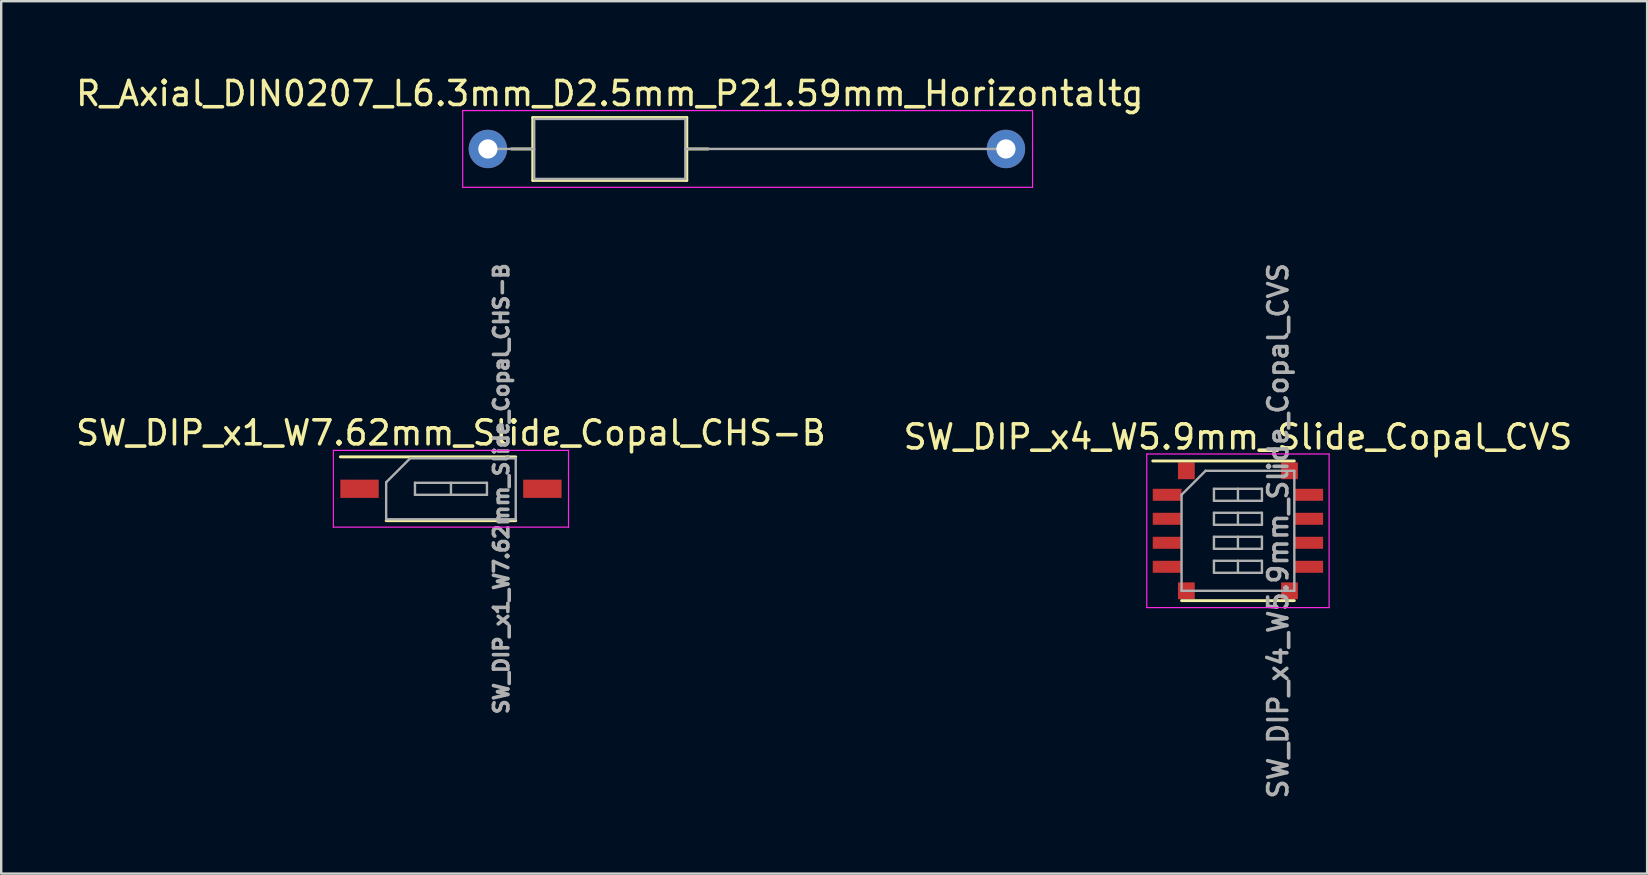
<source format=kicad_pcb>
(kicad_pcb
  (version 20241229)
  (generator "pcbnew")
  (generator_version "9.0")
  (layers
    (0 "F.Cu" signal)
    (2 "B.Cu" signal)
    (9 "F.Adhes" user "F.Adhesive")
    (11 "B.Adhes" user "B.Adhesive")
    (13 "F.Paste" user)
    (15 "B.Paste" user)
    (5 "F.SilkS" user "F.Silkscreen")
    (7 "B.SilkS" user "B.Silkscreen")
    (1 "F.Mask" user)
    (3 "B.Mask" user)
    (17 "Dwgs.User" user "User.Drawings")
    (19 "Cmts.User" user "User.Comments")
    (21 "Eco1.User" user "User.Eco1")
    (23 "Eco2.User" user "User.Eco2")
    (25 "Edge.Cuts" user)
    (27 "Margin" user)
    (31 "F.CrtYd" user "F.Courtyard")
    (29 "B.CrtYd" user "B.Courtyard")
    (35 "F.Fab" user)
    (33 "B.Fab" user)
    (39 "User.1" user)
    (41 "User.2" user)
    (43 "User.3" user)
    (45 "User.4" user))
  (footprint "SW_DIP_x4_W5.9mm_Slide_Copal_CVS"
    (layer "F.Cu")
    (at 48.542 19.071)
    (property "Reference" "SW_DIP_x4_W5.9mm_Slide_Copal_CVS" (at 0 -3.91 0) (layer "F.SilkS") (effects (font (size 1 1) (thickness 0.15))))
    (attr smd)
    (fp_line (start -3.55 -2.91) (end 2.35 -2.91) (stroke (width 0.12) (type solid)) (layer "F.SilkS"))
    (fp_line (start -2.35 2.91) (end 2.35 2.91) (stroke (width 0.12) (type solid)) (layer "F.SilkS"))
    (fp_line (start -3.8 -3.2) (end -3.8 3.2) (stroke (width 0.05) (type solid)) (layer "F.CrtYd"))
    (fp_line (start -3.8 3.2) (end 3.8 3.2) (stroke (width 0.05) (type solid)) (layer "F.CrtYd"))
    (fp_line (start 3.8 -3.2) (end -3.8 -3.2) (stroke (width 0.05) (type solid)) (layer "F.CrtYd"))
    (fp_line (start 3.8 3.2) (end 3.8 -3.2) (stroke (width 0.05) (type solid)) (layer "F.CrtYd"))
    (fp_line (start -2.35 -1.5) (end -1.35 -2.5) (stroke (width 0.1) (type solid)) (layer "F.Fab"))
    (fp_line (start -2.35 2.5) (end -2.35 -1.5) (stroke (width 0.1) (type solid)) (layer "F.Fab"))
    (fp_line (start -1.35 -2.5) (end 2.35 -2.5) (stroke (width 0.1) (type solid)) (layer "F.Fab"))
    (fp_line (start -1 -1.75) (end -1 -1.25) (stroke (width 0.1) (type solid)) (layer "F.Fab"))
    (fp_line (start -1 -1.25) (end 1 -1.25) (stroke (width 0.1) (type solid)) (layer "F.Fab"))
    (fp_line (start -1 -0.75) (end -1 -0.25) (stroke (width 0.1) (type solid)) (layer "F.Fab"))
    (fp_line (start -1 -0.25) (end 1 -0.25) (stroke (width 0.1) (type solid)) (layer "F.Fab"))
    (fp_line (start -1 0.25) (end -1 0.75) (stroke (width 0.1) (type solid)) (layer "F.Fab"))
    (fp_line (start -1 0.75) (end 1 0.75) (stroke (width 0.1) (type solid)) (layer "F.Fab"))
    (fp_line (start -1 1.25) (end -1 1.75) (stroke (width 0.1) (type solid)) (layer "F.Fab"))
    (fp_line (start -1 1.75) (end 1 1.75) (stroke (width 0.1) (type solid)) (layer "F.Fab"))
    (fp_line (start 0 -1.75) (end 0 -1.25) (stroke (width 0.1) (type solid)) (layer "F.Fab"))
    (fp_line (start 0 -0.75) (end 0 -0.25) (stroke (width 0.1) (type solid)) (layer "F.Fab"))
    (fp_line (start 0 0.25) (end 0 0.75) (stroke (width 0.1) (type solid)) (layer "F.Fab"))
    (fp_line (start 0 1.25) (end 0 1.75) (stroke (width 0.1) (type solid)) (layer "F.Fab"))
    (fp_line (start 1 -1.75) (end -1 -1.75) (stroke (width 0.1) (type solid)) (layer "F.Fab"))
    (fp_line (start 1 -1.25) (end 1 -1.75) (stroke (width 0.1) (type solid)) (layer "F.Fab"))
    (fp_line (start 1 -0.75) (end -1 -0.75) (stroke (width 0.1) (type solid)) (layer "F.Fab"))
    (fp_line (start 1 -0.25) (end 1 -0.75) (stroke (width 0.1) (type solid)) (layer "F.Fab"))
    (fp_line (start 1 0.25) (end -1 0.25) (stroke (width 0.1) (type solid)) (layer "F.Fab"))
    (fp_line (start 1 0.75) (end 1 0.25) (stroke (width 0.1) (type solid)) (layer "F.Fab"))
    (fp_line (start 1 1.25) (end -1 1.25) (stroke (width 0.1) (type solid)) (layer "F.Fab"))
    (fp_line (start 1 1.75) (end 1 1.25) (stroke (width 0.1) (type solid)) (layer "F.Fab"))
    (fp_line (start 2.35 -2.5) (end 2.35 2.5) (stroke (width 0.1) (type solid)) (layer "F.Fab"))
    (fp_line (start 2.35 2.5) (end -2.35 2.5) (stroke (width 0.1) (type solid)) (layer "F.Fab"))
    (fp_text user "${REFERENCE}" (at 1.675 0 90) (layer "F.Fab") (effects (font (size 0.8 0.8) (thickness 0.15))))
    (pad "1" smd rect (at -2.95 -1.5) (size 1.2 0.5) (layers "F.Cu" "F.Mask" "F.Paste"))
    (pad "2" smd rect (at -2.95 -0.5) (size 1.2 0.5) (layers "F.Cu" "F.Mask" "F.Paste"))
    (pad "3" smd rect (at -2.95 0.5) (size 1.2 0.5) (layers "F.Cu" "F.Mask" "F.Paste"))
    (pad "4" smd rect (at -2.95 1.5) (size 1.2 0.5) (layers "F.Cu" "F.Mask" "F.Paste"))
    (pad "5" smd rect (at 2.95 1.5) (size 1.2 0.5) (layers "F.Cu" "F.Mask" "F.Paste"))
    (pad "6" smd rect (at 2.95 0.5) (size 1.2 0.5) (layers "F.Cu" "F.Mask" "F.Paste"))
    (pad "7" smd rect (at 2.95 -0.5) (size 1.2 0.5) (layers "F.Cu" "F.Mask" "F.Paste"))
    (pad "8" smd rect (at 2.95 -1.5) (size 1.2 0.5) (layers "F.Cu" "F.Mask" "F.Paste"))
    (pad "9" smd rect (at -2.15 -2.5) (size 0.7 0.7) (layers "F.Cu" "F.Mask" "F.Paste"))
    (pad "9" smd rect (at -2.15 2.5) (size 0.7 0.7) (layers "F.Cu" "F.Mask" "F.Paste"))
    (pad "9" smd rect (at 2.15 -2.5) (size 0.7 0.7) (layers "F.Cu" "F.Mask" "F.Paste"))
    (pad "9" smd rect (at 2.15 2.5) (size 0.7 0.7) (layers "F.Cu" "F.Mask" "F.Paste")))
  (footprint "R_Axial_DIN0207_L6.3mm_D2.5mm_P21.59mm_Horizontaltg"
    (layer "F.Cu")
    (at 17.283 3.158)
    (property "Reference" "R_Axial_DIN0207_L6.3mm_D2.5mm_P21.59mm_Horizontaltg" (at 5.08 -2.31 0) (layer "F.SilkS") (effects (font (size 1 1) (thickness 0.15))))
    (attr through_hole)
    (fp_line (start 0.98 0) (end 1.87 0) (stroke (width 0.12) (type solid)) (layer "F.SilkS"))
    (fp_line (start 1.87 -1.31) (end 1.87 1.31) (stroke (width 0.12) (type solid)) (layer "F.SilkS"))
    (fp_line (start 1.87 1.31) (end 8.29 1.31) (stroke (width 0.12) (type solid)) (layer "F.SilkS"))
    (fp_line (start 8.29 -1.31) (end 1.87 -1.31) (stroke (width 0.12) (type solid)) (layer "F.SilkS"))
    (fp_line (start 8.29 1.31) (end 8.29 -1.31) (stroke (width 0.12) (type solid)) (layer "F.SilkS"))
    (fp_line (start 9.18 0) (end 8.29 0) (stroke (width 0.12) (type solid)) (layer "F.SilkS"))
    (fp_line (start -1.05 -1.6) (end -1.05 1.6) (stroke (width 0.05) (type solid)) (layer "F.CrtYd"))
    (fp_line (start -1.05 1.6) (end 22.7 1.6) (stroke (width 0.05) (type solid)) (layer "F.CrtYd"))
    (fp_line (start 22.7 -1.6) (end -1.05 -1.6) (stroke (width 0.05) (type solid)) (layer "F.CrtYd"))
    (fp_line (start 22.7 1.6) (end 22.7 -1.6) (stroke (width 0.05) (type solid)) (layer "F.CrtYd"))
    (fp_line (start 0 0) (end 1.93 0) (stroke (width 0.1) (type solid)) (layer "F.Fab"))
    (fp_line (start 1.93 -1.25) (end 1.93 1.25) (stroke (width 0.1) (type solid)) (layer "F.Fab"))
    (fp_line (start 1.93 1.25) (end 8.23 1.25) (stroke (width 0.1) (type solid)) (layer "F.Fab"))
    (fp_line (start 8.23 -1.25) (end 1.93 -1.25) (stroke (width 0.1) (type solid)) (layer "F.Fab"))
    (fp_line (start 8.23 1.25) (end 8.23 -1.25) (stroke (width 0.1) (type solid)) (layer "F.Fab"))
    (fp_line (start 21.59 0) (end 8.23 0) (stroke (width 0.1) (type solid)) (layer "F.Fab"))
    (pad "1" thru_hole circle (at 0 0) (size 1.6 1.6) (drill 0.8) (layers "*.Cu" "*.Mask"))
    (pad "2" thru_hole oval (at 21.59 0) (size 1.6 1.6) (drill 0.8) (layers "*.Cu" "*.Mask")))
  (footprint "SW_DIP_x1_W7.62mm_Slide_Copal_CHS-B"
    (layer "F.Cu")
    (at 15.744 17.32)
    (property "Reference" "SW_DIP_x1_W7.62mm_Slide_Copal_CHS-B" (at 0 -2.33 0) (layer "F.SilkS") (effects (font (size 1 1) (thickness 0.15))))
    (attr smd)
    (fp_line (start -4.61 -1.33) (end 2.7 -1.33) (stroke (width 0.12) (type solid)) (layer "F.SilkS"))
    (fp_line (start -2.7 1.33) (end 2.7 1.33) (stroke (width 0.12) (type solid)) (layer "F.SilkS"))
    (fp_line (start -4.9 -1.6) (end -4.9 1.6) (stroke (width 0.05) (type solid)) (layer "F.CrtYd"))
    (fp_line (start -4.9 1.6) (end 4.9 1.6) (stroke (width 0.05) (type solid)) (layer "F.CrtYd"))
    (fp_line (start 4.9 -1.6) (end -4.9 -1.6) (stroke (width 0.05) (type solid)) (layer "F.CrtYd"))
    (fp_line (start 4.9 1.6) (end 4.9 -1.6) (stroke (width 0.05) (type solid)) (layer "F.CrtYd"))
    (fp_line (start -2.7 -0.27) (end -1.7 -1.27) (stroke (width 0.1) (type solid)) (layer "F.Fab"))
    (fp_line (start -2.7 1.27) (end -2.7 -0.27) (stroke (width 0.1) (type solid)) (layer "F.Fab"))
    (fp_line (start -1.7 -1.27) (end 2.7 -1.27) (stroke (width 0.1) (type solid)) (layer "F.Fab"))
    (fp_line (start -1.5 -0.25) (end -1.5 0.25) (stroke (width 0.1) (type solid)) (layer "F.Fab"))
    (fp_line (start -1.5 0.25) (end 1.5 0.25) (stroke (width 0.1) (type solid)) (layer "F.Fab"))
    (fp_line (start 0 -0.25) (end 0 0.25) (stroke (width 0.1) (type solid)) (layer "F.Fab"))
    (fp_line (start 1.5 -0.25) (end -1.5 -0.25) (stroke (width 0.1) (type solid)) (layer "F.Fab"))
    (fp_line (start 1.5 0.25) (end 1.5 -0.25) (stroke (width 0.1) (type solid)) (layer "F.Fab"))
    (fp_line (start 2.7 -1.27) (end 2.7 1.27) (stroke (width 0.1) (type solid)) (layer "F.Fab"))
    (fp_line (start 2.7 1.27) (end -2.7 1.27) (stroke (width 0.1) (type solid)) (layer "F.Fab"))
    (fp_text user "${REFERENCE}" (at 2.1 0 90) (layer "F.Fab") (effects (font (size 0.6 0.6) (thickness 0.15))))
    (pad "1" smd rect (at -3.81 0) (size 1.6 0.76) (layers "F.Cu" "F.Mask" "F.Paste"))
    (pad "2" smd rect (at 3.81 0) (size 1.6 0.76) (layers "F.Cu" "F.Mask" "F.Paste")))
  (gr_rect
    (start -3 -3)
    (end 65.595 33.359)
    (stroke (width 0.1) (type default))
    (fill no)
    (layer "Edge.Cuts")))
</source>
